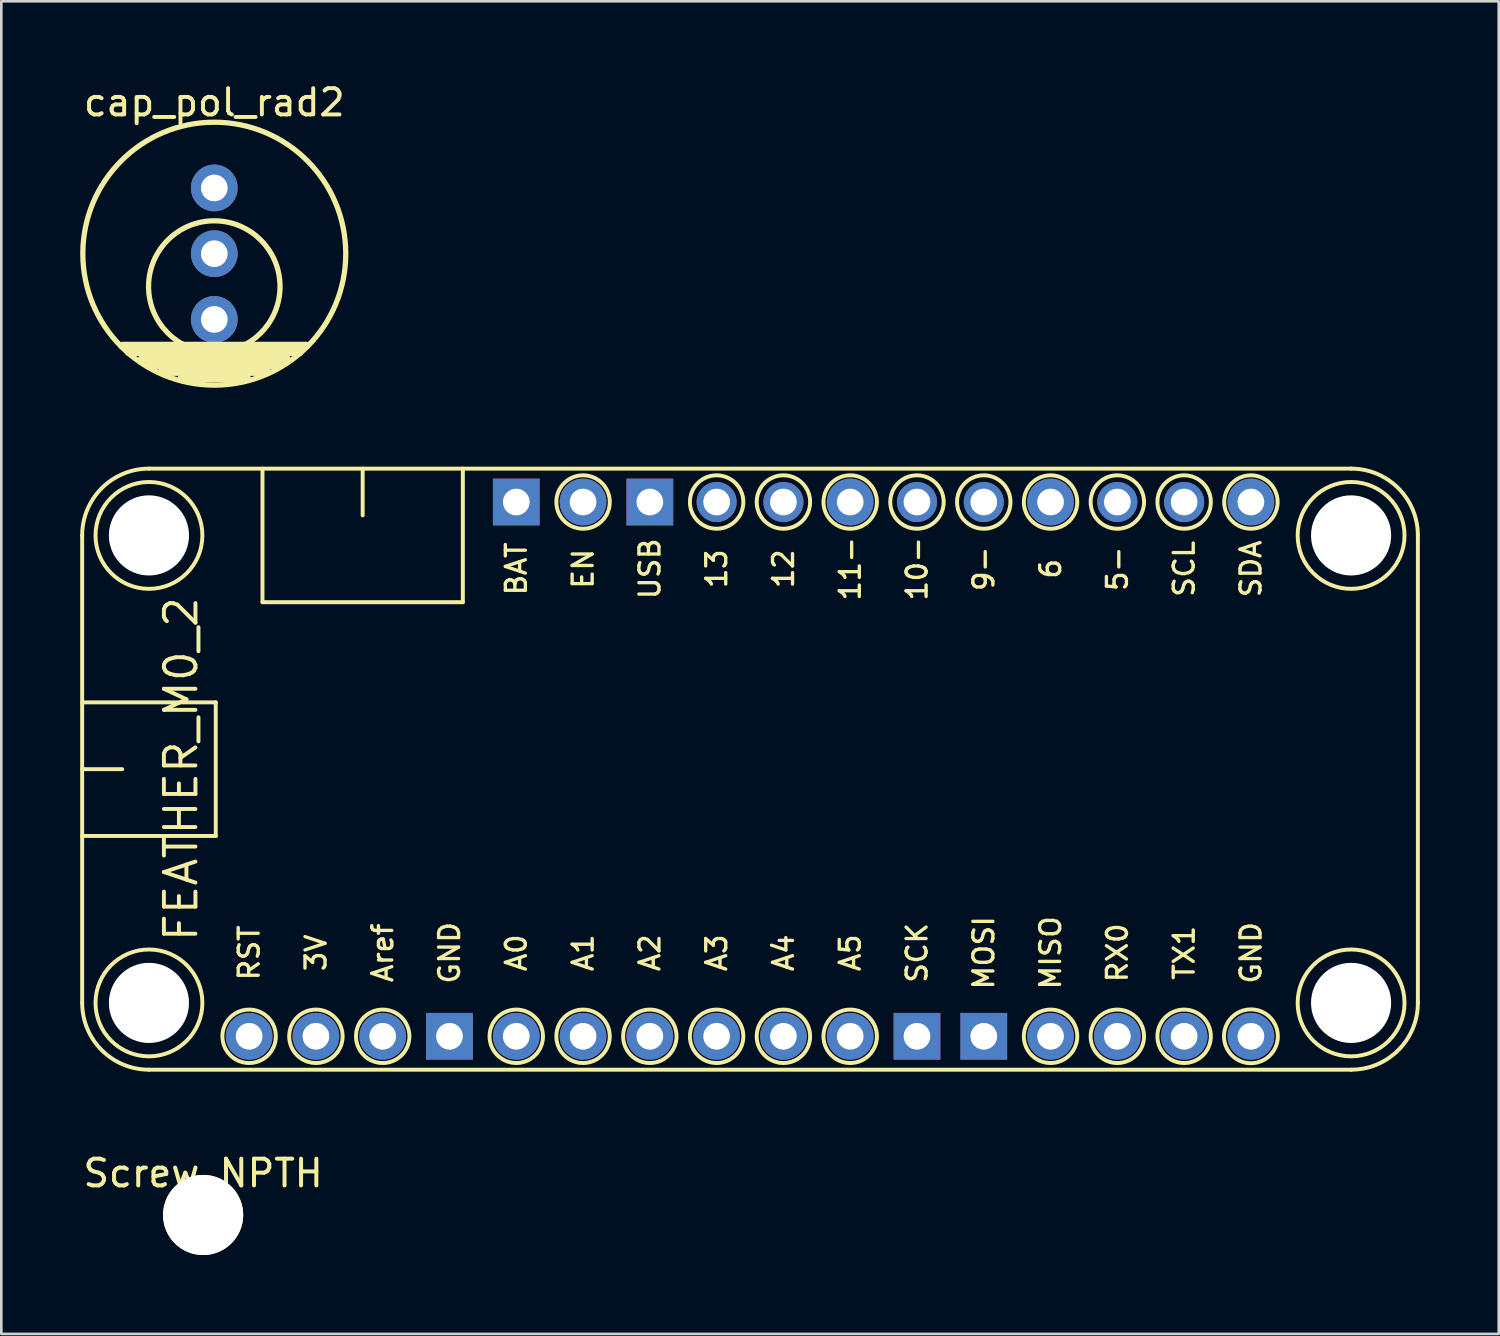
<source format=kicad_pcb>
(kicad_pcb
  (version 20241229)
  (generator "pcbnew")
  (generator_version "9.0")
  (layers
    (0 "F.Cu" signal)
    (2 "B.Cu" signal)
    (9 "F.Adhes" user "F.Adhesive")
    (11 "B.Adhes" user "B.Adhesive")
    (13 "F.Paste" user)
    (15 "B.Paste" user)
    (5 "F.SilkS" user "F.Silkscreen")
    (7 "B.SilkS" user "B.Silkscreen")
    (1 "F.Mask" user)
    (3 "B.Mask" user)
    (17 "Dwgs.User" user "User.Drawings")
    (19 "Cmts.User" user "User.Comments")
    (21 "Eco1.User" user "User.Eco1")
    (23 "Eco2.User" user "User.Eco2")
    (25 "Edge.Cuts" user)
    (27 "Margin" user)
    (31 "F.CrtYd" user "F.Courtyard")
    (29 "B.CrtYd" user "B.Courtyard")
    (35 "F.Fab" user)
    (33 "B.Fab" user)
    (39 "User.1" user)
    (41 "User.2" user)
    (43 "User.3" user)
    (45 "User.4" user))
  (footprint "cap_pol_rad2"
    (layer "F.Cu")
    (at 5.1 7.848)
    (property "Reference" "cap_pol_rad2" (at 0 -7 0) (layer "F.SilkS") (effects (font (size 1 1) (thickness 0.15))))
    (attr through_hole)
    (fp_line (start -3.5 2.25) (end 3.5 2.25) (stroke (width 0.3) (type solid)) (layer "F.SilkS"))
    (fp_line (start -3.25 2.5) (end 3.25 2.5) (stroke (width 0.3) (type solid)) (layer "F.SilkS"))
    (fp_line (start -2.75 2.75) (end 2.75 2.75) (stroke (width 0.3) (type solid)) (layer "F.SilkS"))
    (fp_line (start -2.5 3) (end 2.5 3) (stroke (width 0.3) (type solid)) (layer "F.SilkS"))
    (fp_line (start -2 3.25) (end 2 3.25) (stroke (width 0.3) (type solid)) (layer "F.SilkS"))
    (fp_line (start -1.25 3.5) (end 1.25 3.5) (stroke (width 0.3) (type solid)) (layer "F.SilkS"))
    (fp_circle (center 0 -1.25) (end -5 -1.25) (stroke (width 0.2) (type solid)) (fill no) (layer "F.SilkS"))
    (fp_circle (center 0 0) (end -2.5 0) (stroke (width 0.2) (type solid)) (fill no) (layer "F.SilkS"))
    (pad "1" thru_hole circle (at 0 -3.75) (size 1.778 1.778) (drill 1.016) (layers "*.Cu" "*.Mask"))
    (pad "1" thru_hole circle (at 0 -1.25) (size 1.778 1.778) (drill 1.016) (layers "*.Cu" "*.Mask"))
    (pad "2" thru_hole circle (at 0 1.25) (size 1.778 1.778) (drill 1.016) (layers "*.Cu" "*.Mask")))
  (footprint "Screw_NPTH"
    (layer "F.Cu")
    (at 4.675 43.158)
    (property "Reference" "Screw_NPTH" (at 0 -1.587 0) (layer "F.SilkS") (effects (font (size 1.016 1.016) (thickness 0.152))))
    (attr through_hole)
    (pad "" np_thru_hole circle (at 0 0) (size 3.048 3.048) (drill 3.048) (layers "*.Cu" "*.Mask" "F.SilkS")))
  (footprint "FEATHER_M0_2"
    (layer "F.Cu")
    (at 25.475 26.203)
    (property "Reference" "FEATHER_M0_2" (at -21.639 0 90) (layer "F.SilkS") (effects (font (size 1.2 1.2) (thickness 0.15))))
    (attr through_hole)
    (fp_line (start -25.4 -8.89) (end -25.4 8.89) (stroke (width 0.15) (type solid)) (layer "F.SilkS"))
    (fp_line (start -25.4 -2.54) (end -20.32 -2.54) (stroke (width 0.15) (type solid)) (layer "F.SilkS"))
    (fp_line (start -25.4 0) (end -23.876 0) (stroke (width 0.15) (type solid)) (layer "F.SilkS"))
    (fp_line (start -22.86 11.43) (end 22.86 11.43) (stroke (width 0.15) (type solid)) (layer "F.SilkS"))
    (fp_line (start -20.32 -2.54) (end -20.32 2.54) (stroke (width 0.15) (type solid)) (layer "F.SilkS"))
    (fp_line (start -20.32 2.54) (end -25.4 2.54) (stroke (width 0.15) (type solid)) (layer "F.SilkS"))
    (fp_line (start -18.542 -6.35) (end -18.542 -11.43) (stroke (width 0.15) (type solid)) (layer "F.SilkS"))
    (fp_line (start -18.542 -6.35) (end -10.922 -6.35) (stroke (width 0.15) (type solid)) (layer "F.SilkS"))
    (fp_line (start -14.732 -11.43) (end -14.732 -9.652) (stroke (width 0.15) (type solid)) (layer "F.SilkS"))
    (fp_line (start -10.922 -6.35) (end -10.922 -11.43) (stroke (width 0.15) (type solid)) (layer "F.SilkS"))
    (fp_line (start 22.86 -11.43) (end -22.86 -11.43) (stroke (width 0.15) (type solid)) (layer "F.SilkS"))
    (fp_line (start 25.4 -8.89) (end 25.4 8.89) (stroke (width 0.15) (type solid)) (layer "F.SilkS"))
    (fp_arc (start -25.4 -8.89) (mid -24.656051 -10.686051) (end -22.86 -11.43) (stroke (width 0.15) (type solid)) (layer "F.SilkS"))
    (fp_arc (start -22.86 11.43) (mid -24.656051 10.686051) (end -25.4 8.89) (stroke (width 0.15) (type solid)) (layer "F.SilkS"))
    (fp_arc (start 22.86 -11.43) (mid 24.656051 -10.686051) (end 25.4 -8.89) (stroke (width 0.15) (type solid)) (layer "F.SilkS"))
    (fp_arc (start 25.4 8.89) (mid 24.656051 10.686051) (end 22.86 11.43) (stroke (width 0.15) (type solid)) (layer "F.SilkS"))
    (fp_circle (center -22.86 -8.89) (end -20.828 -8.89) (stroke (width 0.15) (type solid)) (fill no) (layer "F.SilkS"))
    (fp_circle (center -22.86 8.89) (end -20.828 8.89) (stroke (width 0.15) (type solid)) (fill no) (layer "F.SilkS"))
    (fp_circle (center -19.05 10.16) (end -18.034 10.16) (stroke (width 0.15) (type solid)) (fill no) (layer "F.SilkS"))
    (fp_circle (center -16.51 10.16) (end -15.494 10.16) (stroke (width 0.15) (type solid)) (fill no) (layer "F.SilkS"))
    (fp_circle (center -13.97 10.16) (end -12.954 10.16) (stroke (width 0.15) (type solid)) (fill no) (layer "F.SilkS"))
    (fp_circle (center -8.89 10.16) (end -9.906 10.16) (stroke (width 0.15) (type solid)) (fill no) (layer "F.SilkS"))
    (fp_circle (center -6.35 -10.16) (end -5.334 -10.16) (stroke (width 0.15) (type solid)) (fill no) (layer "F.SilkS"))
    (fp_circle (center -6.35 10.16) (end -7.366 10.16) (stroke (width 0.15) (type solid)) (fill no) (layer "F.SilkS"))
    (fp_circle (center -3.81 10.16) (end -4.826 10.16) (stroke (width 0.15) (type solid)) (fill no) (layer "F.SilkS"))
    (fp_circle (center -1.27 -10.16) (end -0.254 -10.16) (stroke (width 0.15) (type solid)) (fill no) (layer "F.SilkS"))
    (fp_circle (center -1.27 10.16) (end -2.286 10.16) (stroke (width 0.15) (type solid)) (fill no) (layer "F.SilkS"))
    (fp_circle (center 1.27 -10.16) (end 2.286 -10.16) (stroke (width 0.15) (type solid)) (fill no) (layer "F.SilkS"))
    (fp_circle (center 1.27 10.16) (end 0.254 10.16) (stroke (width 0.15) (type solid)) (fill no) (layer "F.SilkS"))
    (fp_circle (center 3.81 -10.16) (end 4.826 -10.16) (stroke (width 0.15) (type solid)) (fill no) (layer "F.SilkS"))
    (fp_circle (center 3.81 10.16) (end 2.794 10.16) (stroke (width 0.15) (type solid)) (fill no) (layer "F.SilkS"))
    (fp_circle (center 6.35 -10.16) (end 7.366 -10.16) (stroke (width 0.15) (type solid)) (fill no) (layer "F.SilkS"))
    (fp_circle (center 8.89 -10.16) (end 7.874 -10.16) (stroke (width 0.15) (type solid)) (fill no) (layer "F.SilkS"))
    (fp_circle (center 11.43 -10.16) (end 12.446 -10.16) (stroke (width 0.15) (type solid)) (fill no) (layer "F.SilkS"))
    (fp_circle (center 11.43 10.16) (end 12.446 10.16) (stroke (width 0.15) (type solid)) (fill no) (layer "F.SilkS"))
    (fp_circle (center 13.97 -10.16) (end 14.986 -10.16) (stroke (width 0.15) (type solid)) (fill no) (layer "F.SilkS"))
    (fp_circle (center 13.97 10.16) (end 14.986 10.16) (stroke (width 0.15) (type solid)) (fill no) (layer "F.SilkS"))
    (fp_circle (center 16.51 -10.16) (end 15.494 -10.16) (stroke (width 0.15) (type solid)) (fill no) (layer "F.SilkS"))
    (fp_circle (center 16.51 10.16) (end 17.526 10.16) (stroke (width 0.15) (type solid)) (fill no) (layer "F.SilkS"))
    (fp_circle (center 19.05 -10.16) (end 18.034 -10.16) (stroke (width 0.15) (type solid)) (fill no) (layer "F.SilkS"))
    (fp_circle (center 19.05 10.16) (end 20.066 10.033) (stroke (width 0.15) (type solid)) (fill no) (layer "F.SilkS"))
    (fp_circle (center 22.86 -8.89) (end 20.828 -8.89) (stroke (width 0.15) (type solid)) (fill no) (layer "F.SilkS"))
    (fp_circle (center 22.86 8.89) (end 20.828 8.89) (stroke (width 0.15) (type solid)) (fill no) (layer "F.SilkS"))
    (fp_text user "A0" (at -8.89 6.985 90) (layer "F.SilkS") (effects (font (size 0.762 0.762) (thickness 0.127))))
    (fp_text user "11-" (at 3.81 -7.62 90) (layer "F.SilkS") (effects (font (size 0.762 0.762) (thickness 0.127))))
    (fp_text user "MOSI" (at 8.89 6.985 90) (layer "F.SilkS") (effects (font (size 0.762 0.762) (thickness 0.127))))
    (fp_text user "GND" (at -11.43 6.985 90) (layer "F.SilkS") (effects (font (size 0.762 0.762) (thickness 0.127))))
    (fp_text user "12" (at 1.27 -7.62 90) (layer "F.SilkS") (effects (font (size 0.762 0.762) (thickness 0.127))))
    (fp_text user "10-" (at 6.35 -7.62 90) (layer "F.SilkS") (effects (font (size 0.762 0.762) (thickness 0.127))))
    (fp_text user "BAT" (at -8.89 -7.62 90) (layer "F.SilkS") (effects (font (size 0.762 0.762) (thickness 0.127))))
    (fp_text user "A4" (at 1.27 6.985 90) (layer "F.SilkS") (effects (font (size 0.762 0.762) (thickness 0.127))))
    (fp_text user "SCL" (at 16.51 -7.62 90) (layer "F.SilkS") (effects (font (size 0.762 0.762) (thickness 0.127))))
    (fp_text user "A1" (at -6.35 6.985 90) (layer "F.SilkS") (effects (font (size 0.762 0.762) (thickness 0.127))))
    (fp_text user "5-" (at 13.97 -7.62 90) (layer "F.SilkS") (effects (font (size 0.762 0.762) (thickness 0.127))))
    (fp_text user "SCK" (at 6.35 6.985 90) (layer "F.SilkS") (effects (font (size 0.762 0.762) (thickness 0.127))))
    (fp_text user "SDA" (at 19.05 -7.62 90) (layer "F.SilkS") (effects (font (size 0.762 0.762) (thickness 0.127))))
    (fp_text user "EN" (at -6.35 -7.62 90) (layer "F.SilkS") (effects (font (size 0.762 0.762) (thickness 0.127))))
    (fp_text user "RST" (at -19.05 6.985 90) (layer "F.SilkS") (effects (font (size 0.762 0.762) (thickness 0.127))))
    (fp_text user "A3" (at -1.27 6.985 90) (layer "F.SilkS") (effects (font (size 0.762 0.762) (thickness 0.127))))
    (fp_text user "A2" (at -3.81 6.985 90) (layer "F.SilkS") (effects (font (size 0.762 0.762) (thickness 0.127))))
    (fp_text user "6" (at 11.43 -7.62 90) (layer "F.SilkS") (effects (font (size 0.762 0.762) (thickness 0.127))))
    (fp_text user "3V" (at -16.51 6.985 90) (layer "F.SilkS") (effects (font (size 0.762 0.762) (thickness 0.127))))
    (fp_text user "9-" (at 8.89 -7.62 90) (layer "F.SilkS") (effects (font (size 0.762 0.762) (thickness 0.127))))
    (fp_text user "MISO" (at 11.43 6.985 90) (layer "F.SilkS") (effects (font (size 0.762 0.762) (thickness 0.127))))
    (fp_text user "A5" (at 3.81 6.985 90) (layer "F.SilkS") (effects (font (size 0.762 0.762) (thickness 0.127))))
    (fp_text user "GND" (at 19.05 6.985 90) (layer "F.SilkS") (effects (font (size 0.762 0.762) (thickness 0.127))))
    (fp_text user "TX1" (at 16.51 6.985 90) (layer "F.SilkS") (effects (font (size 0.762 0.762) (thickness 0.127))))
    (fp_text user "Aref" (at -13.97 6.985 90) (layer "F.SilkS") (effects (font (size 0.762 0.762) (thickness 0.127))))
    (fp_text user "USB" (at -3.81 -7.62 90) (layer "F.SilkS") (effects (font (size 0.762 0.762) (thickness 0.127))))
    (fp_text user "RX0" (at 13.97 6.985 90) (layer "F.SilkS") (effects (font (size 0.762 0.762) (thickness 0.127))))
    (fp_text user "13" (at -1.27 -7.62 90) (layer "F.SilkS") (effects (font (size 0.762 0.762) (thickness 0.127))))
    (pad "" np_thru_hole circle (at -22.86 -8.89) (size 3.048 3.048) (drill 3.048) (layers "*.Cu" "*.Mask"))
    (pad "" np_thru_hole circle (at -22.86 8.89) (size 3.048 3.048) (drill 3.048) (layers "*.Cu" "*.Mask"))
    (pad "" np_thru_hole circle (at 22.86 -8.89) (size 3.048 3.048) (drill 3.048) (layers "*.Cu" "*.Mask"))
    (pad "" np_thru_hole circle (at 22.86 8.89) (size 3.048 3.048) (drill 3.048) (layers "*.Cu" "*.Mask"))
    (pad "1" thru_hole circle (at 19.05 -10.16) (size 1.778 1.778) (drill 1.016) (layers "*.Cu" "*.Mask"))
    (pad "2" thru_hole circle (at 16.51 -10.16) (size 1.524 1.524) (drill 1.016) (layers "*.Cu" "*.Mask"))
    (pad "3" thru_hole circle (at 13.97 -10.16) (size 1.524 1.524) (drill 1.016) (layers "*.Cu" "*.Mask"))
    (pad "4" thru_hole circle (at 11.43 -10.16) (size 1.778 1.778) (drill 1.016) (layers "*.Cu" "*.Mask"))
    (pad "5" thru_hole circle (at 8.89 -10.16) (size 1.524 1.524) (drill 1.016) (layers "*.Cu" "*.Mask"))
    (pad "6" thru_hole circle (at 6.35 -10.16) (size 1.524 1.524) (drill 1.016) (layers "*.Cu" "*.Mask"))
    (pad "7" thru_hole circle (at 3.81 -10.16) (size 1.778 1.778) (drill 1.016) (layers "*.Cu" "*.Mask"))
    (pad "8" thru_hole circle (at 1.27 -10.16) (size 1.524 1.524) (drill 1.016) (layers "*.Cu" "*.Mask"))
    (pad "9" thru_hole circle (at -1.27 -10.16) (size 1.524 1.524) (drill 1.016) (layers "*.Cu" "*.Mask"))
    (pad "10" thru_hole rect (at -3.81 -10.16) (size 1.778 1.778) (drill 1.016) (layers "*.Cu" "*.Mask"))
    (pad "11" thru_hole circle (at -6.35 -10.16) (size 1.778 1.778) (drill 1.016) (layers "*.Cu" "*.Mask"))
    (pad "12" thru_hole rect (at -8.89 -10.16) (size 1.778 1.778) (drill 1.016) (layers "*.Cu" "*.Mask"))
    (pad "13" thru_hole circle (at -19.05 10.16) (size 1.778 1.778) (drill 1.016) (layers "*.Cu" "*.Mask"))
    (pad "14" thru_hole circle (at -16.51 10.16) (size 1.778 1.778) (drill 1.016) (layers "*.Cu" "*.Mask"))
    (pad "15" thru_hole circle (at -13.97 10.16) (size 1.778 1.778) (drill 1.016) (layers "*.Cu" "*.Mask"))
    (pad "16" thru_hole rect (at -11.43 10.16) (size 1.778 1.778) (drill 1.016) (layers "*.Cu" "*.Mask"))
    (pad "17" thru_hole circle (at -8.89 10.16) (size 1.778 1.778) (drill 1.016) (layers "*.Cu" "*.Mask"))
    (pad "18" thru_hole circle (at -6.35 10.16) (size 1.778 1.778) (drill 1.016) (layers "*.Cu" "*.Mask"))
    (pad "19" thru_hole circle (at -3.81 10.16) (size 1.778 1.778) (drill 1.016) (layers "*.Cu" "*.Mask"))
    (pad "20" thru_hole circle (at -1.27 10.16) (size 1.778 1.778) (drill 1.016) (layers "*.Cu" "*.Mask"))
    (pad "21" thru_hole circle (at 1.27 10.16) (size 1.778 1.778) (drill 1.016) (layers "*.Cu" "*.Mask"))
    (pad "22" thru_hole circle (at 3.81 10.16) (size 1.778 1.778) (drill 1.016) (layers "*.Cu" "*.Mask"))
    (pad "23" thru_hole rect (at 6.35 10.16) (size 1.778 1.778) (drill 1.016) (layers "*.Cu" "*.Mask"))
    (pad "24" thru_hole rect (at 8.89 10.16) (size 1.778 1.778) (drill 1.016) (layers "*.Cu" "*.Mask"))
    (pad "25" thru_hole circle (at 11.43 10.16) (size 1.778 1.778) (drill 1.016) (layers "*.Cu" "*.Mask"))
    (pad "26" thru_hole circle (at 13.97 10.16) (size 1.778 1.778) (drill 1.016) (layers "*.Cu" "*.Mask"))
    (pad "27" thru_hole circle (at 16.51 10.16) (size 1.778 1.778) (drill 1.016) (layers "*.Cu" "*.Mask"))
    (pad "28" thru_hole circle (at 19.05 10.16) (size 1.778 1.778) (drill 1.016) (layers "*.Cu" "*.Mask")))
  (gr_rect
    (start -3 -3)
    (end 53.95 47.682)
    (stroke (width 0.1) (type default))
    (fill no)
    (layer "Edge.Cuts")))
</source>
